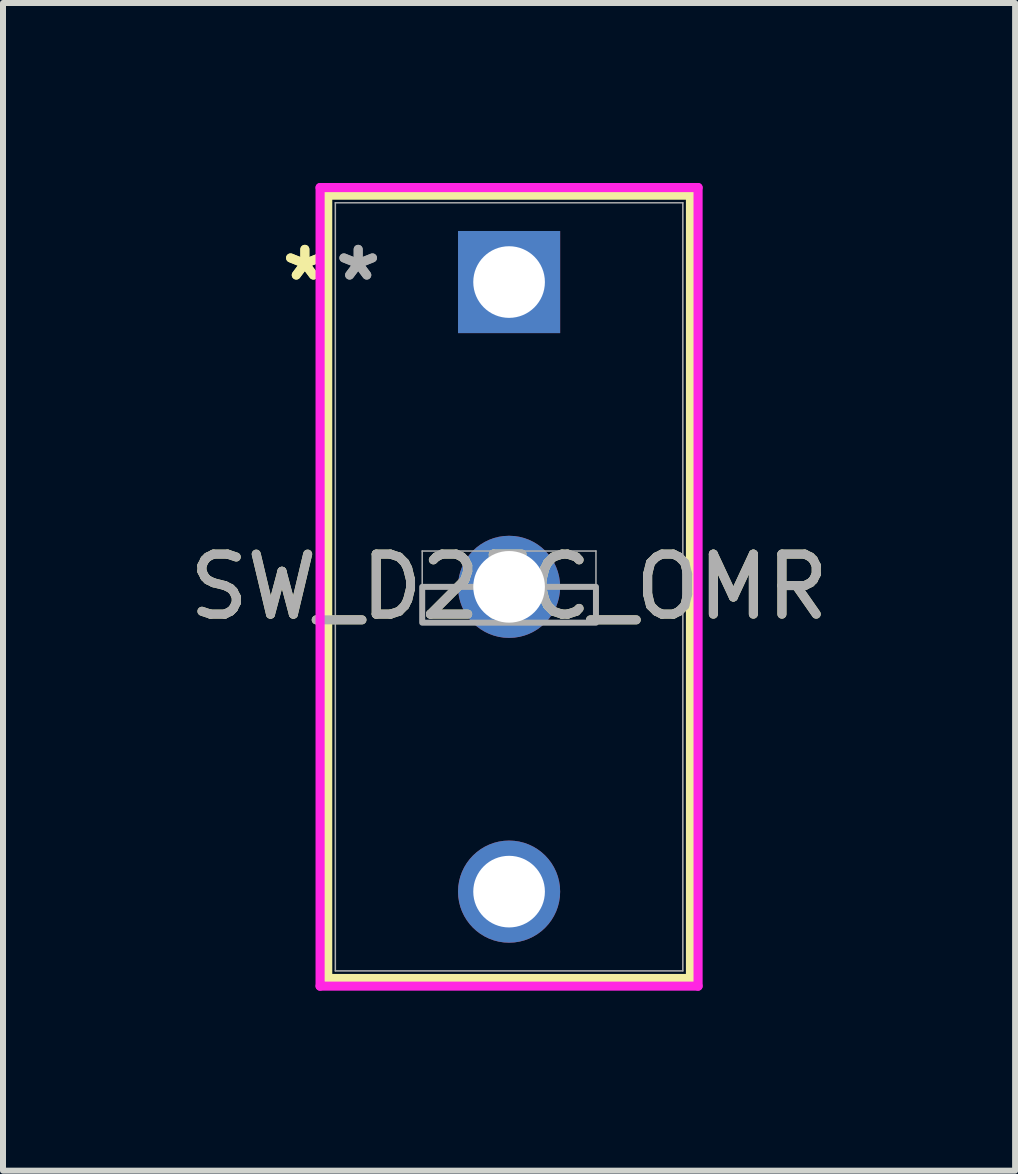
<source format=kicad_pcb>
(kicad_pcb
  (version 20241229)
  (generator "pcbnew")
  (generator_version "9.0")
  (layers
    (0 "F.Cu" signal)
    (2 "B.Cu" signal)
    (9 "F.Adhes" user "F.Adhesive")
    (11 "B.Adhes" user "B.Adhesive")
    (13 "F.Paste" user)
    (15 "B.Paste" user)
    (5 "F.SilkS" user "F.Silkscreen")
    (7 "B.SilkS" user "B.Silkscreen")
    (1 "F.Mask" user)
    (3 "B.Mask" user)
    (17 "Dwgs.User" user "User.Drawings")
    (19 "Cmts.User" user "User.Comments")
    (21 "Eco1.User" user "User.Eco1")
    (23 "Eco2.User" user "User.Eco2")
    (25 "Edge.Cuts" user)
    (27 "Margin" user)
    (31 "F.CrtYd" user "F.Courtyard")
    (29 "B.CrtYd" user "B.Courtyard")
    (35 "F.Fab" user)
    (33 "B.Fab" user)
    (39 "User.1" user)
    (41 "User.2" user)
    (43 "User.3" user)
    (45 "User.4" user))
  (footprint "SW_D2FC_OMR"
    (layer "F.Cu")
    (at 5.435 1.651)
    (property "Reference" "SW_D2FC_OMR" (at 0 5.08 0) (unlocked yes) (layer "F.SilkS") (effects (font (size 1 1) (thickness 0.15))))
    (attr through_hole)
    (fp_line (start -3.023 -1.448) (end -3.023 11.608) (stroke (width 0.152) (type solid)) (layer "F.SilkS"))
    (fp_line (start -3.023 11.608) (end 3.023 11.608) (stroke (width 0.152) (type solid)) (layer "F.SilkS"))
    (fp_line (start 3.023 -1.448) (end -3.023 -1.448) (stroke (width 0.152) (type solid)) (layer "F.SilkS"))
    (fp_line (start 3.023 11.608) (end 3.023 -1.448) (stroke (width 0.152) (type solid)) (layer "F.SilkS"))
    (fp_line (start -3.15 -1.575) (end -3.15 11.735) (stroke (width 0.152) (type solid)) (layer "F.CrtYd"))
    (fp_line (start -3.15 11.735) (end 3.15 11.735) (stroke (width 0.152) (type solid)) (layer "F.CrtYd"))
    (fp_line (start 3.15 -1.575) (end -3.15 -1.575) (stroke (width 0.152) (type solid)) (layer "F.CrtYd"))
    (fp_line (start 3.15 11.735) (end 3.15 -1.575) (stroke (width 0.152) (type solid)) (layer "F.CrtYd"))
    (fp_line (start -2.896 -1.321) (end -2.896 11.481) (stroke (width 0.025) (type solid)) (layer "F.Fab"))
    (fp_line (start -2.896 11.481) (end 2.896 11.481) (stroke (width 0.025) (type solid)) (layer "F.Fab"))
    (fp_line (start -1.448 4.483) (end 1.448 4.483) (stroke (width 0.025) (type solid)) (layer "F.Fab"))
    (fp_line (start -1.448 5.677) (end -1.448 4.483) (stroke (width 0.025) (type solid)) (layer "F.Fab"))
    (fp_line (start 1.448 4.483) (end 1.448 5.677) (stroke (width 0.025) (type solid)) (layer "F.Fab"))
    (fp_line (start 1.448 5.677) (end -1.448 5.677) (stroke (width 0.025) (type solid)) (layer "F.Fab"))
    (fp_line (start 2.896 -1.321) (end -2.896 -1.321) (stroke (width 0.025) (type solid)) (layer "F.Fab"))
    (fp_line (start 2.896 11.481) (end 2.896 -1.321) (stroke (width 0.025) (type solid)) (layer "F.Fab"))
    (fp_poly (pts (xy -1.448 5.677) (xy -1.448 5.08) (xy 1.448 5.08) (xy 1.448 5.677)) (stroke (width 0.1) (type solid)) (fill no) (layer "F.Fab"))
    (fp_text user "*" (at -3.404 0 0) (unlocked yes) (layer "F.SilkS") (effects (font (size 1 1) (thickness 0.15))))
    (fp_text user "*" (at -3.404 0 0) (layer "F.SilkS") (effects (font (size 1 1) (thickness 0.15))))
    (fp_text user "*" (at -2.515 0 0) (layer "F.Fab") (effects (font (size 1 1) (thickness 0.15))))
    (fp_text user "${REFERENCE}" (at 0 5.08 0) (unlocked yes) (layer "F.Fab") (effects (font (size 1 1) (thickness 0.15))))
    (fp_text user "*" (at -2.515 0 0) (unlocked yes) (layer "F.Fab") (effects (font (size 1 1) (thickness 0.15))))
    (pad "1" thru_hole rect (at 0 0) (size 1.702 1.702) (drill 1.194) (layers "*.Cu" "*.Mask"))
    (pad "2" thru_hole circle (at 0 5.08) (size 1.702 1.702) (drill 1.194) (layers "*.Cu" "*.Mask"))
    (pad "3" thru_hole circle (at 0 10.16) (size 1.702 1.702) (drill 1.194) (layers "*.Cu" "*.Mask")))
  (gr_rect
    (start -3 -3)
    (end 13.869 16.462)
    (stroke (width 0.1) (type default))
    (fill no)
    (layer "Edge.Cuts")))
</source>
